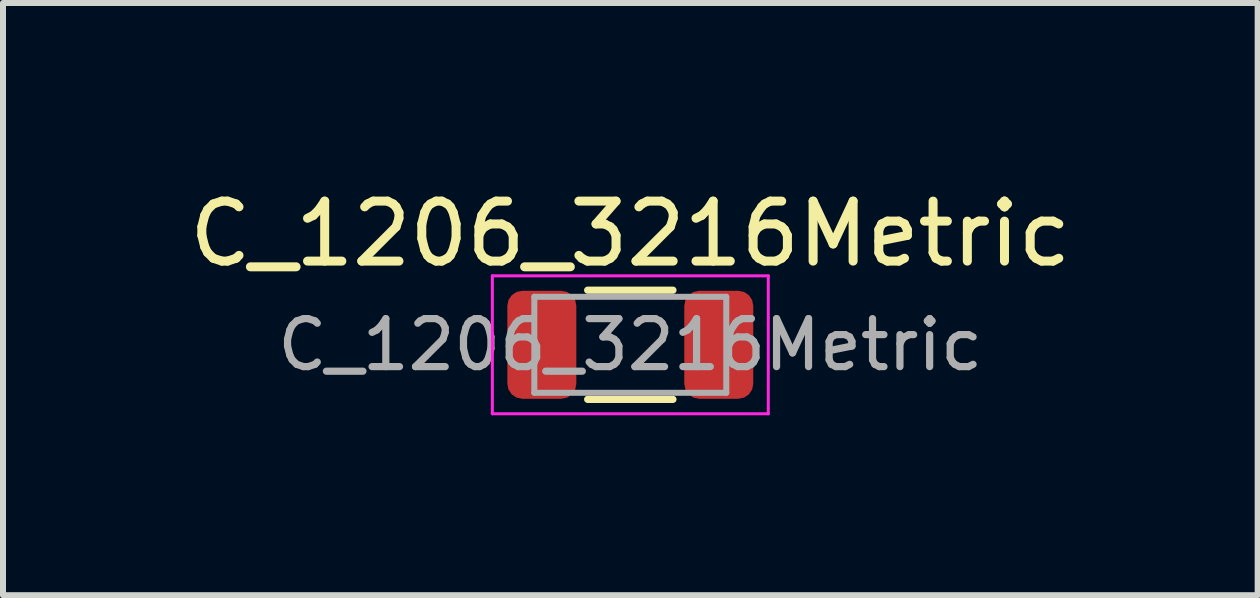
<source format=kicad_pcb>
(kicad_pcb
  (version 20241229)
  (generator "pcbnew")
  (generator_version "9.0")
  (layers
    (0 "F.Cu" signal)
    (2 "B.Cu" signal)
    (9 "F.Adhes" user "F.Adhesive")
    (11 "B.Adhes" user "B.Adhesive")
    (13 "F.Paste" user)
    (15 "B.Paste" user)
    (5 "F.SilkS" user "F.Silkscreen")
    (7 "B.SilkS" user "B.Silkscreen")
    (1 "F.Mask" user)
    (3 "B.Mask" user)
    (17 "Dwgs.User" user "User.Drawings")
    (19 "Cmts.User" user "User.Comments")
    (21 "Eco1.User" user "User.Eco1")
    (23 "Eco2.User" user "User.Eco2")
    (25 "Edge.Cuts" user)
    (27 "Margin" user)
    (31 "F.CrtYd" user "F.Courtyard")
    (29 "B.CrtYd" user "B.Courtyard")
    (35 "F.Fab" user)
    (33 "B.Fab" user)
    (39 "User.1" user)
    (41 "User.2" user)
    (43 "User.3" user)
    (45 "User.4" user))
  (footprint "C_1206_3216Metric"
    (layer "F.Cu")
    (at 7.458 2.698)
    (property "Reference" "C_1206_3216Metric" (at 0 -1.85 0) (layer "F.SilkS") (effects (font (size 1 1) (thickness 0.15))))
    (attr smd)
    (fp_line (start -0.711 -0.91) (end 0.711 -0.91) (stroke (width 0.12) (type solid)) (layer "F.SilkS"))
    (fp_line (start -0.711 0.91) (end 0.711 0.91) (stroke (width 0.12) (type solid)) (layer "F.SilkS"))
    (fp_line (start -2.3 -1.15) (end 2.3 -1.15) (stroke (width 0.05) (type solid)) (layer "F.CrtYd"))
    (fp_line (start -2.3 1.15) (end -2.3 -1.15) (stroke (width 0.05) (type solid)) (layer "F.CrtYd"))
    (fp_line (start 2.3 -1.15) (end 2.3 1.15) (stroke (width 0.05) (type solid)) (layer "F.CrtYd"))
    (fp_line (start 2.3 1.15) (end -2.3 1.15) (stroke (width 0.05) (type solid)) (layer "F.CrtYd"))
    (fp_line (start -1.6 -0.8) (end 1.6 -0.8) (stroke (width 0.1) (type solid)) (layer "F.Fab"))
    (fp_line (start -1.6 0.8) (end -1.6 -0.8) (stroke (width 0.1) (type solid)) (layer "F.Fab"))
    (fp_line (start 1.6 -0.8) (end 1.6 0.8) (stroke (width 0.1) (type solid)) (layer "F.Fab"))
    (fp_line (start 1.6 0.8) (end -1.6 0.8) (stroke (width 0.1) (type solid)) (layer "F.Fab"))
    (fp_text user "${REFERENCE}" (at 0 0 0) (layer "F.Fab") (effects (font (size 0.8 0.8) (thickness 0.12))))
    (pad "1" smd roundrect (at -1.475 0) (size 1.15 1.8) (layers "F.Cu" "F.Mask" "F.Paste") (roundrect_rratio 0.217))
    (pad "2" smd roundrect (at 1.475 0) (size 1.15 1.8) (layers "F.Cu" "F.Mask" "F.Paste") (roundrect_rratio 0.217)))
  (gr_rect
    (start -3 -3)
    (end 17.917 6.873)
    (stroke (width 0.1) (type default))
    (fill no)
    (layer "Edge.Cuts")))
</source>
